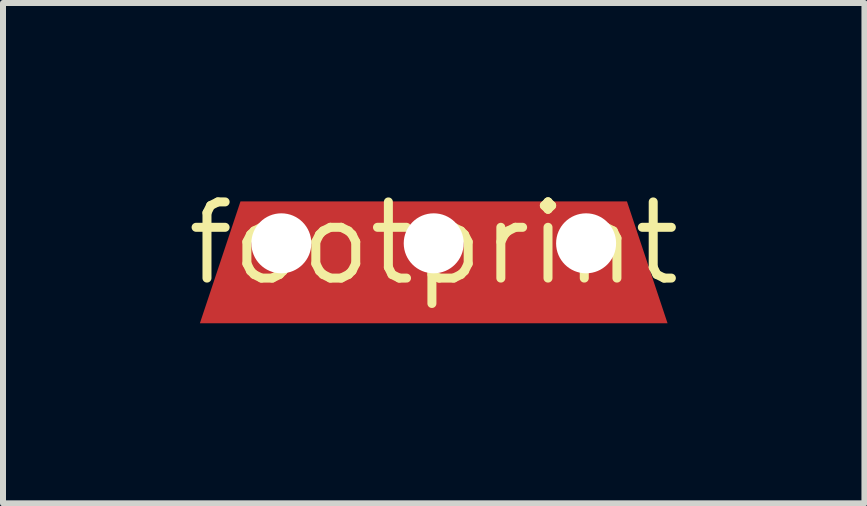
<source format=kicad_pcb>
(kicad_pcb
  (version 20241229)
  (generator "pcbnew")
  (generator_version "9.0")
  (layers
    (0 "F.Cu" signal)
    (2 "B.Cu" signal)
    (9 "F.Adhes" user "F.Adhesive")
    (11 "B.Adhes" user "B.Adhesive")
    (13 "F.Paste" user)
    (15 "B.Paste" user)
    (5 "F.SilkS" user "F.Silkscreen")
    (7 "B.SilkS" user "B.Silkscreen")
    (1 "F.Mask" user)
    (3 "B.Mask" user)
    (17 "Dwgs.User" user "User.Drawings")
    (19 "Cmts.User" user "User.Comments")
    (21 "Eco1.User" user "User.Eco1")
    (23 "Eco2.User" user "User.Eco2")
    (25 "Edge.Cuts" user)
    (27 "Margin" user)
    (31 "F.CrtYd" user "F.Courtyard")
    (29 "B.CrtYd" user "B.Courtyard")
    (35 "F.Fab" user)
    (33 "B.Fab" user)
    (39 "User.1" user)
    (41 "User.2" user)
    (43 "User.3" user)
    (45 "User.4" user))
  (footprint "footprint"
    (layer "F.Cu")
    (at 4.18 1.006)
    (property "Reference" "footprint" (at 0 0 0) (layer "F.SilkS") (effects (font (size 1.27 1.27) (thickness 0.15))))
    (fp_poly (pts (xy 3.898 1.333) (xy -3.898 1.333) (xy -3.221 -0.699) (xy 3.221 -0.699)) (stroke (width 0) (type solid)) (fill yes) (layer "F.Cu"))
    (pad "" np_thru_hole circle (at -2.54 0) (size 1 1) (drill 1) (layers "*.Cu" "*.Mask"))
    (pad "" np_thru_hole circle (at 0 0) (size 1 1) (drill 1) (layers "*.Cu" "*.Mask"))
    (pad "" np_thru_hole circle (at 2.54 0) (size 1 1) (drill 1) (layers "*.Cu" "*.Mask")))
  (gr_rect
    (start -3 -3)
    (end 11.36 5.34)
    (stroke (width 0.1) (type default))
    (fill no)
    (layer "Edge.Cuts")))
</source>
